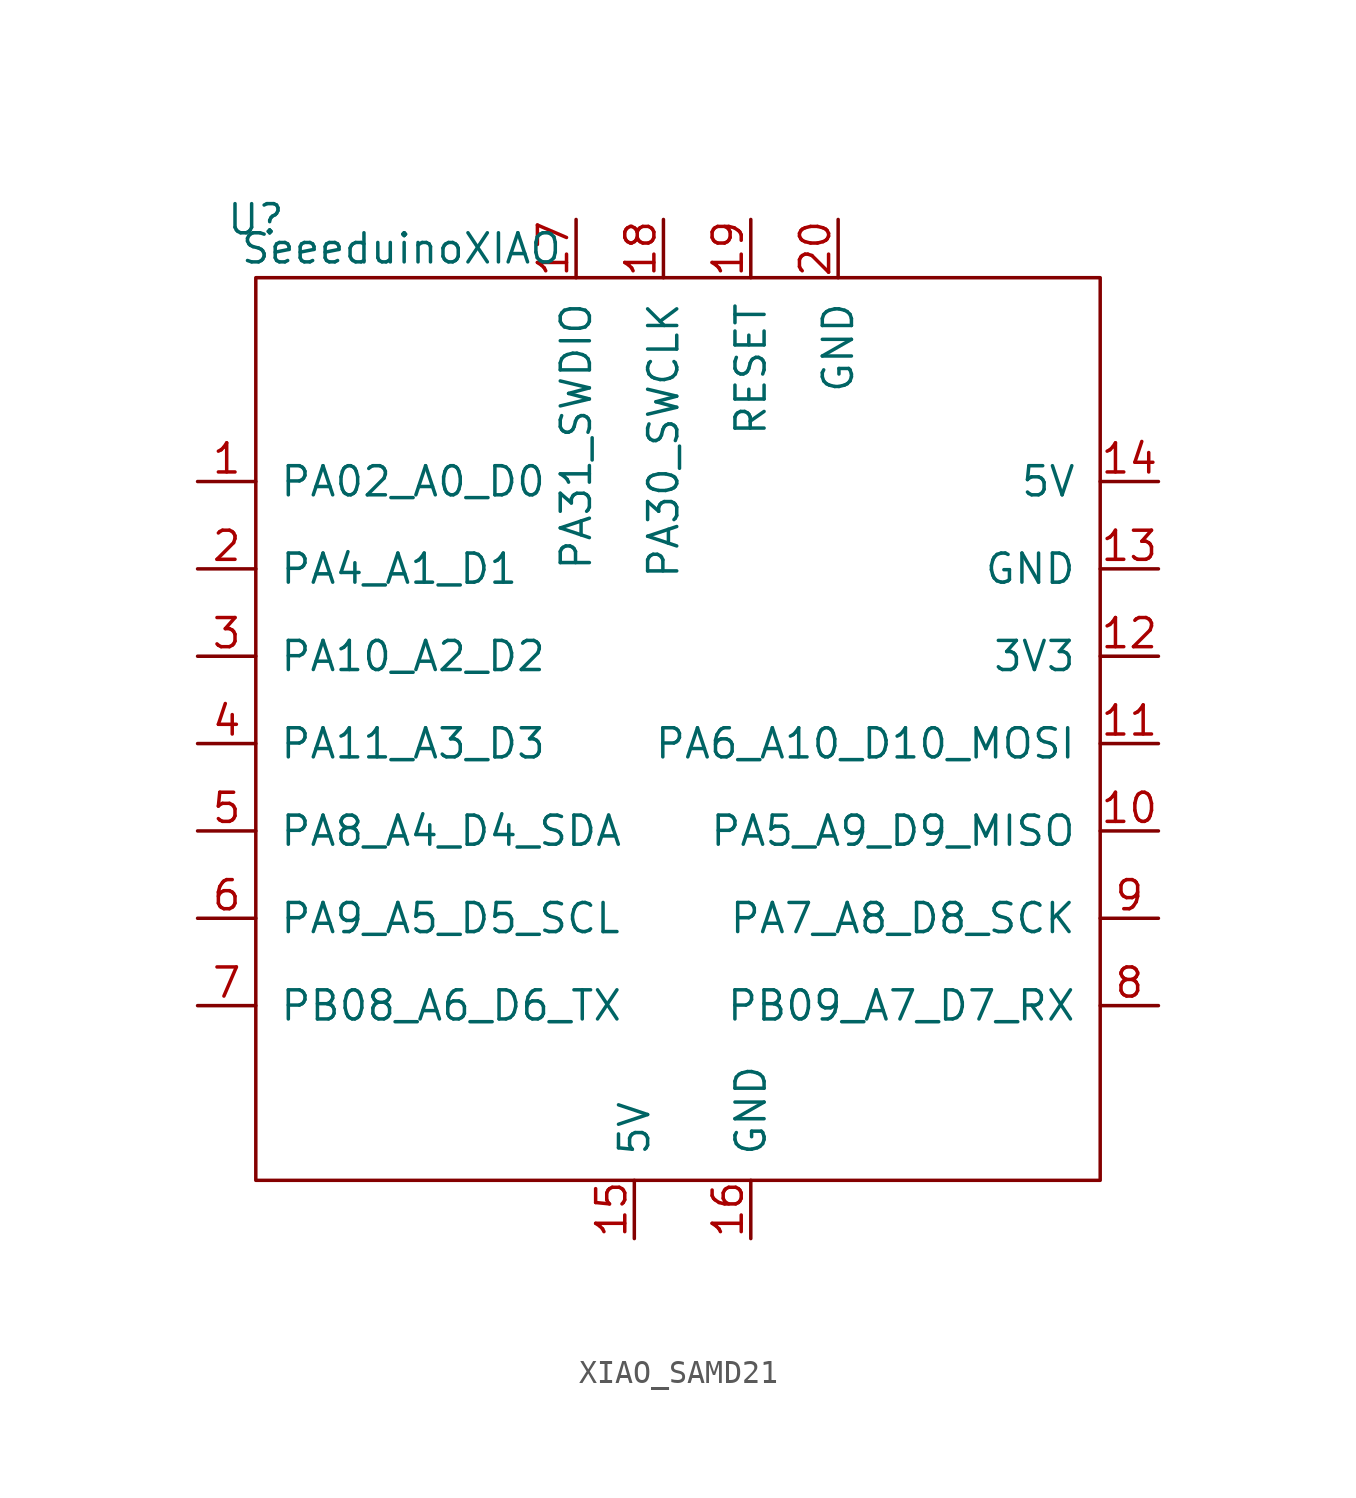
<source format=kicad_sym>
(kicad_symbol_lib
  (version 20220914)
  (generator kicad_symbol_editor)
  (symbol "XIAO_SAMD21"
    (pin_names
      (offset 1.016))
    (property "Reference" "U"
      (at -19.05 22.86 0)
      (effects (font (size 1.27 1.27))))
    (property "Value" "SeeeduinoXIAO"
      (at -12.7 21.59 0)
      (effects (font (size 1.27 1.27))))
    (symbol "XIAO_SAMD21_0_1"
      (rectangle (start -19.05 20.32) (end 17.78 -19.05) (stroke (width 0) (type solid)) (fill (type none))))
    (symbol "XIAO_SAMD21_1_1"
      (pin unspecified line (at -21.59 11.43 0) (length 2.54) (name "PA02_A0_D0" (effects (font (size 1.27 1.27)))) (number "1" (effects (font (size 1.27 1.27)))))
      (pin unspecified line (at 20.32 -3.81 180) (length 2.54) (name "PA5_A9_D9_MISO" (effects (font (size 1.27 1.27)))) (number "10" (effects (font (size 1.27 1.27)))))
      (pin unspecified line (at 20.32 0 180) (length 2.54) (name "PA6_A10_D10_MOSI" (effects (font (size 1.27 1.27)))) (number "11" (effects (font (size 1.27 1.27)))))
      (pin unspecified line (at 20.32 3.81 180) (length 2.54) (name "3V3" (effects (font (size 1.27 1.27)))) (number "12" (effects (font (size 1.27 1.27)))))
      (pin unspecified line (at 20.32 7.62 180) (length 2.54) (name "GND" (effects (font (size 1.27 1.27)))) (number "13" (effects (font (size 1.27 1.27)))))
      (pin unspecified line (at 20.32 11.43 180) (length 2.54) (name "5V" (effects (font (size 1.27 1.27)))) (number "14" (effects (font (size 1.27 1.27)))))
      (pin input line (at -2.54 -21.59 90) (length 2.54) (name "5V" (effects (font (size 1.27 1.27)))) (number "15" (effects (font (size 1.27 1.27)))))
      (pin input line (at 2.54 -21.59 90) (length 2.54) (name "GND" (effects (font (size 1.27 1.27)))) (number "16" (effects (font (size 1.27 1.27)))))
      (pin input line (at -5.08 22.86 270) (length 2.54) (name "PA31_SWDIO" (effects (font (size 1.27 1.27)))) (number "17" (effects (font (size 1.27 1.27)))))
      (pin input line (at -1.27 22.86 270) (length 2.54) (name "PA30_SWCLK" (effects (font (size 1.27 1.27)))) (number "18" (effects (font (size 1.27 1.27)))))
      (pin input line (at 2.54 22.86 270) (length 2.54) (name "RESET" (effects (font (size 1.27 1.27)))) (number "19" (effects (font (size 1.27 1.27)))))
      (pin unspecified line (at -21.59 7.62 0) (length 2.54) (name "PA4_A1_D1" (effects (font (size 1.27 1.27)))) (number "2" (effects (font (size 1.27 1.27)))))
      (pin input line (at 6.35 22.86 270) (length 2.54) (name "GND" (effects (font (size 1.27 1.27)))) (number "20" (effects (font (size 1.27 1.27)))))
      (pin unspecified line (at -21.59 3.81 0) (length 2.54) (name "PA10_A2_D2" (effects (font (size 1.27 1.27)))) (number "3" (effects (font (size 1.27 1.27)))))
      (pin unspecified line (at -21.59 0 0) (length 2.54) (name "PA11_A3_D3" (effects (font (size 1.27 1.27)))) (number "4" (effects (font (size 1.27 1.27)))))
      (pin unspecified line (at -21.59 -3.81 0) (length 2.54) (name "PA8_A4_D4_SDA" (effects (font (size 1.27 1.27)))) (number "5" (effects (font (size 1.27 1.27)))))
      (pin unspecified line (at -21.59 -7.62 0) (length 2.54) (name "PA9_A5_D5_SCL" (effects (font (size 1.27 1.27)))) (number "6" (effects (font (size 1.27 1.27)))))
      (pin unspecified line (at -21.59 -11.43 0) (length 2.54) (name "PB08_A6_D6_TX" (effects (font (size 1.27 1.27)))) (number "7" (effects (font (size 1.27 1.27)))))
      (pin unspecified line (at 20.32 -11.43 180) (length 2.54) (name "PB09_A7_D7_RX" (effects (font (size 1.27 1.27)))) (number "8" (effects (font (size 1.27 1.27)))))
      (pin unspecified line (at 20.32 -7.62 180) (length 2.54) (name "PA7_A8_D8_SCK" (effects (font (size 1.27 1.27)))) (number "9" (effects (font (size 1.27 1.27))))))))
</source>
